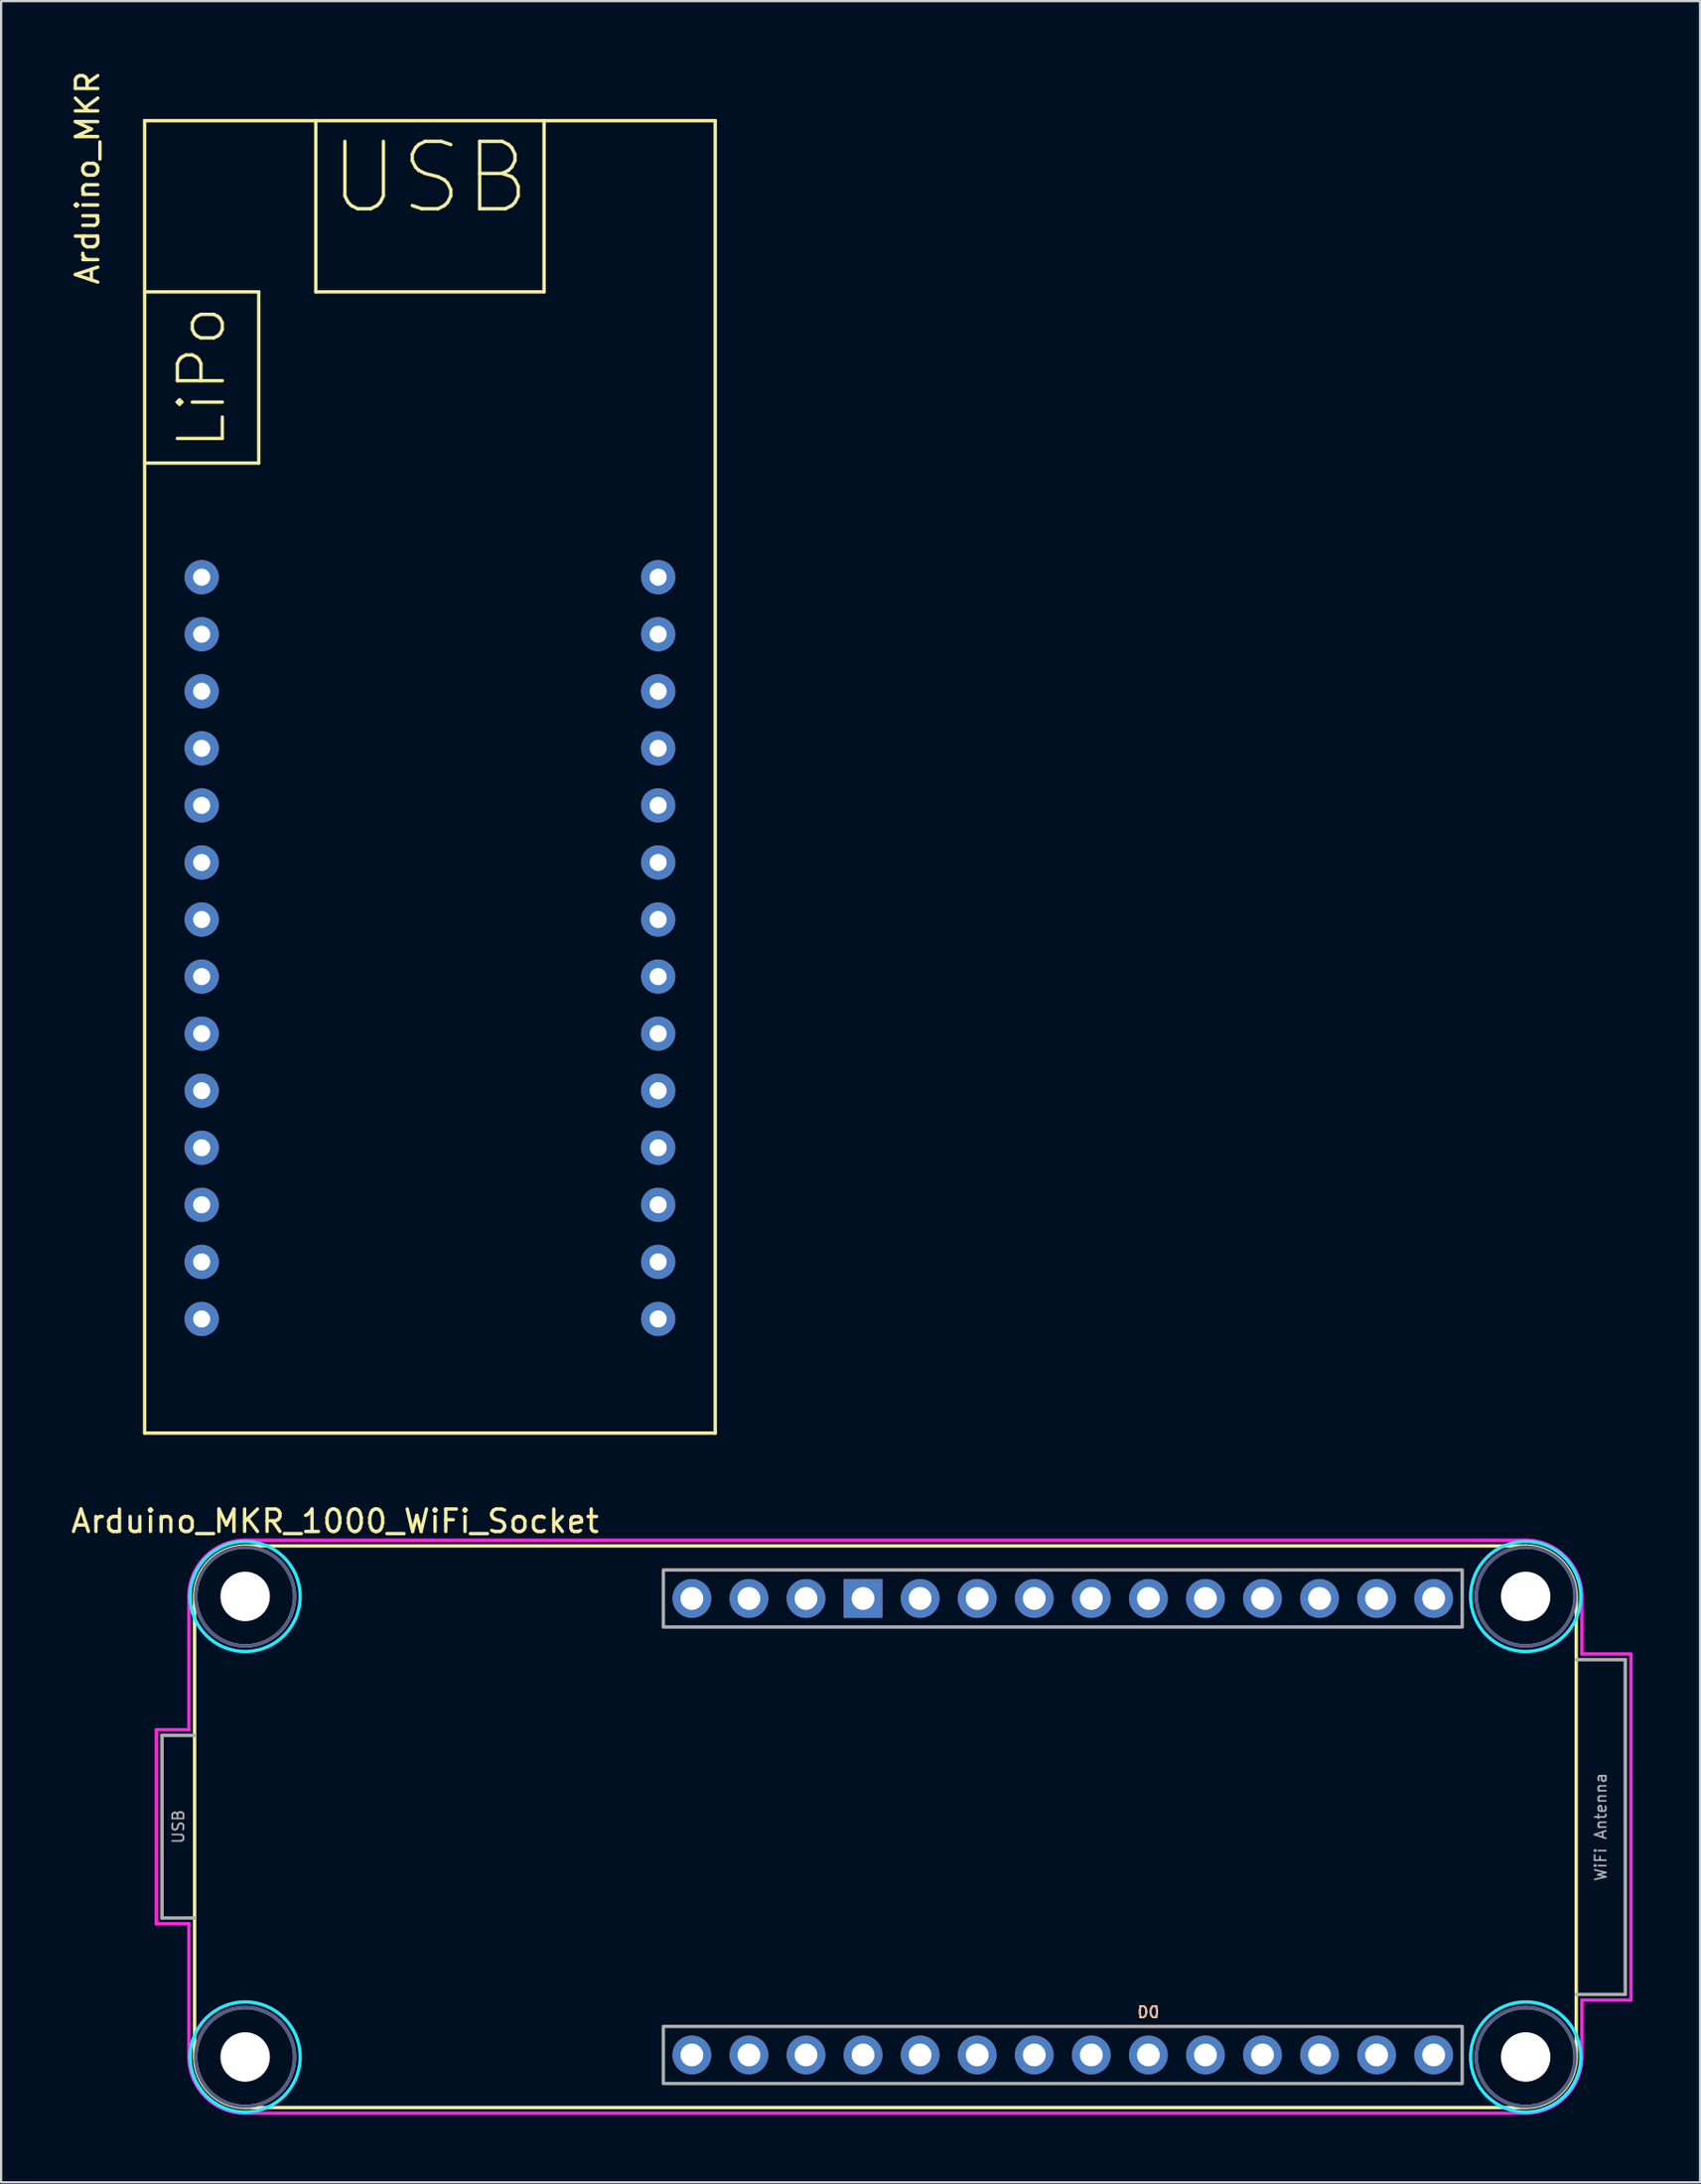
<source format=kicad_pcb>
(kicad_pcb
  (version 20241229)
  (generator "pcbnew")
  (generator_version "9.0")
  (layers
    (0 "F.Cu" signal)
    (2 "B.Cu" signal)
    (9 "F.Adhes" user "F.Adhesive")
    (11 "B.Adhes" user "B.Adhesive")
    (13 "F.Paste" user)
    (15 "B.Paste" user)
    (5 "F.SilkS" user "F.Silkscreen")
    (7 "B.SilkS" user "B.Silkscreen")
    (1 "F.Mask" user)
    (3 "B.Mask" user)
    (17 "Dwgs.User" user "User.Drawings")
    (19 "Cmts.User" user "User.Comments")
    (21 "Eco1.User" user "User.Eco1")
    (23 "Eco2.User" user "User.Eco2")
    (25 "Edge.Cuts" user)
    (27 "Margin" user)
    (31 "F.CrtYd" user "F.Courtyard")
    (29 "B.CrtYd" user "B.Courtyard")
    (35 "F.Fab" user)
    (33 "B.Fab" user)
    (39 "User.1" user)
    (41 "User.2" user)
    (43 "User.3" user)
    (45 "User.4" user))
  (footprint "Arduino_MKR"
    (layer "F.Cu")
    (at 5.928 22.643)
    (property "Reference" "Arduino_MKR" (at -5.08 -17.78 90) (layer "F.SilkS") (effects (font (size 1 1) (thickness 0.15))))
    (attr through_hole)
    (fp_line (start -2.54 -20.32) (end -2.54 38.1) (stroke (width 0.15) (type solid)) (layer "F.SilkS"))
    (fp_line (start -2.54 -12.7) (end 2.54 -12.7) (stroke (width 0.15) (type solid)) (layer "F.SilkS"))
    (fp_line (start -2.54 38.1) (end 22.86 38.1) (stroke (width 0.15) (type solid)) (layer "F.SilkS"))
    (fp_line (start 2.54 -12.7) (end 2.54 -5.08) (stroke (width 0.15) (type solid)) (layer "F.SilkS"))
    (fp_line (start 2.54 -5.08) (end -2.54 -5.08) (stroke (width 0.15) (type solid)) (layer "F.SilkS"))
    (fp_line (start 5.08 -20.32) (end 5.08 -12.7) (stroke (width 0.15) (type solid)) (layer "F.SilkS"))
    (fp_line (start 5.08 -12.7) (end 15.24 -12.7) (stroke (width 0.15) (type solid)) (layer "F.SilkS"))
    (fp_line (start 15.24 -12.7) (end 15.24 -20.32) (stroke (width 0.15) (type solid)) (layer "F.SilkS"))
    (fp_line (start 22.86 -20.32) (end -2.54 -20.32) (stroke (width 0.15) (type solid)) (layer "F.SilkS"))
    (fp_line (start 22.86 38.1) (end 22.86 -20.32) (stroke (width 0.15) (type solid)) (layer "F.SilkS"))
    (fp_text user "LiPo" (at 0 -8.89 90) (layer "F.SilkS") (effects (font (size 2 2) (thickness 0.15))))
    (fp_text user "USB" (at 10.16 -17.78 0) (layer "F.SilkS") (effects (font (size 3 3) (thickness 0.15))))
    (pad "1" thru_hole circle (at 0 0) (size 1.524 1.524) (drill 0.762) (layers "*.Cu" "*.Mask"))
    (pad "2" thru_hole circle (at 0 2.54) (size 1.524 1.524) (drill 0.762) (layers "*.Cu" "*.Mask"))
    (pad "3" thru_hole circle (at 0 5.08) (size 1.524 1.524) (drill 0.762) (layers "*.Cu" "*.Mask"))
    (pad "4" thru_hole circle (at 0 7.62) (size 1.524 1.524) (drill 0.762) (layers "*.Cu" "*.Mask"))
    (pad "5" thru_hole circle (at 0 10.16) (size 1.524 1.524) (drill 0.762) (layers "*.Cu" "*.Mask"))
    (pad "6" thru_hole circle (at 0 12.7) (size 1.524 1.524) (drill 0.762) (layers "*.Cu" "*.Mask"))
    (pad "7" thru_hole circle (at 0 15.24) (size 1.524 1.524) (drill 0.762) (layers "*.Cu" "*.Mask"))
    (pad "8" thru_hole circle (at 0 17.78) (size 1.524 1.524) (drill 0.762) (layers "*.Cu" "*.Mask"))
    (pad "9" thru_hole circle (at 0 20.32) (size 1.524 1.524) (drill 0.762) (layers "*.Cu" "*.Mask"))
    (pad "10" thru_hole circle (at 0 22.86) (size 1.524 1.524) (drill 0.762) (layers "*.Cu" "*.Mask"))
    (pad "11" thru_hole circle (at 0 25.4) (size 1.524 1.524) (drill 0.762) (layers "*.Cu" "*.Mask"))
    (pad "12" thru_hole circle (at 0 27.94) (size 1.524 1.524) (drill 0.762) (layers "*.Cu" "*.Mask"))
    (pad "13" thru_hole circle (at 0 30.48) (size 1.524 1.524) (drill 0.762) (layers "*.Cu" "*.Mask"))
    (pad "14" thru_hole circle (at 0 33.02) (size 1.524 1.524) (drill 0.762) (layers "*.Cu" "*.Mask"))
    (pad "15" thru_hole circle (at 20.32 33.02) (size 1.524 1.524) (drill 0.762) (layers "*.Cu" "*.Mask"))
    (pad "16" thru_hole circle (at 20.32 30.48) (size 1.524 1.524) (drill 0.762) (layers "*.Cu" "*.Mask"))
    (pad "17" thru_hole circle (at 20.32 27.94) (size 1.524 1.524) (drill 0.762) (layers "*.Cu" "*.Mask"))
    (pad "18" thru_hole circle (at 20.32 25.4) (size 1.524 1.524) (drill 0.762) (layers "*.Cu" "*.Mask"))
    (pad "19" thru_hole circle (at 20.32 22.86) (size 1.524 1.524) (drill 0.762) (layers "*.Cu" "*.Mask"))
    (pad "20" thru_hole circle (at 20.32 20.32) (size 1.524 1.524) (drill 0.762) (layers "*.Cu" "*.Mask"))
    (pad "21" thru_hole circle (at 20.32 17.78) (size 1.524 1.524) (drill 0.762) (layers "*.Cu" "*.Mask"))
    (pad "22" thru_hole circle (at 20.32 15.24) (size 1.524 1.524) (drill 0.762) (layers "*.Cu" "*.Mask"))
    (pad "23" thru_hole circle (at 20.32 12.7) (size 1.524 1.524) (drill 0.762) (layers "*.Cu" "*.Mask"))
    (pad "24" thru_hole circle (at 20.32 10.16) (size 1.524 1.524) (drill 0.762) (layers "*.Cu" "*.Mask"))
    (pad "25" thru_hole circle (at 20.32 7.62) (size 1.524 1.524) (drill 0.762) (layers "*.Cu" "*.Mask"))
    (pad "26" thru_hole circle (at 20.32 5.08) (size 1.524 1.524) (drill 0.762) (layers "*.Cu" "*.Mask"))
    (pad "27" thru_hole circle (at 20.32 2.54) (size 1.524 1.524) (drill 0.762) (layers "*.Cu" "*.Mask"))
    (pad "28" thru_hole circle (at 20.32 0) (size 1.524 1.524) (drill 0.762) (layers "*.Cu" "*.Mask")))
  (footprint "Arduino_MKR_1000_WiFi_Socket"
    (layer "F.Cu")
    (at 7.863 68.016)
    (property "Reference" "Arduino_MKR_1000_WiFi_Socket" (at 4 -3.35 0) (unlocked yes) (layer "F.SilkS") (effects (font (size 1 1) (thickness 0.15))))
    (attr through_hole)
    (fp_line (start -2.25 20.5) (end -2.25 0) (stroke (width 0.15) (type solid)) (layer "F.SilkS"))
    (fp_line (start 0 -2.25) (end 57 -2.25) (stroke (width 0.15) (type solid)) (layer "F.SilkS"))
    (fp_line (start 0 22.75) (end 57 22.75) (stroke (width 0.15) (type solid)) (layer "F.SilkS"))
    (fp_line (start 59.25 20.5) (end 59.25 0) (stroke (width 0.15) (type solid)) (layer "F.SilkS"))
    (fp_arc (start -2.25 0) (mid -1.59099 -1.59099) (end 0 -2.25) (stroke (width 0.15) (type solid)) (layer "F.SilkS"))
    (fp_arc (start 0 22.75) (mid -1.59099 22.09099) (end -2.25 20.5) (stroke (width 0.15) (type solid)) (layer "F.SilkS"))
    (fp_arc (start 57 -2.25) (mid 58.59099 -1.59099) (end 59.25 0) (stroke (width 0.15) (type solid)) (layer "F.SilkS"))
    (fp_arc (start 59.25 20.5) (mid 58.59099 22.09099) (end 57 22.75) (stroke (width 0.15) (type solid)) (layer "F.SilkS"))
    (fp_circle (center 0 0) (end 2.45 0) (stroke (width 0.15) (type solid)) (fill no) (layer "B.CrtYd"))
    (fp_circle (center 0 20.5) (end 2.45 20.5) (stroke (width 0.15) (type solid)) (fill no) (layer "B.CrtYd"))
    (fp_circle (center 57 0) (end 59.45 0) (stroke (width 0.15) (type solid)) (fill no) (layer "B.CrtYd"))
    (fp_circle (center 57 20.5) (end 59.45 20.5) (stroke (width 0.15) (type solid)) (fill no) (layer "B.CrtYd"))
    (fp_line (start -3.954 5.932) (end -2.504 5.932) (stroke (width 0.15) (type solid)) (layer "F.CrtYd"))
    (fp_line (start -3.954 14.568) (end -3.954 5.932) (stroke (width 0.15) (type solid)) (layer "F.CrtYd"))
    (fp_line (start -2.504 5.932) (end -2.504 0) (stroke (width 0.15) (type solid)) (layer "F.CrtYd"))
    (fp_line (start -2.504 14.568) (end -3.954 14.568) (stroke (width 0.15) (type solid)) (layer "F.CrtYd"))
    (fp_line (start -2.504 20.5) (end -2.504 14.568) (stroke (width 0.15) (type solid)) (layer "F.CrtYd"))
    (fp_line (start 0 -2.504) (end 57 -2.504) (stroke (width 0.15) (type solid)) (layer "F.CrtYd"))
    (fp_line (start 57 23.004) (end 0 23.004) (stroke (width 0.15) (type solid)) (layer "F.CrtYd"))
    (fp_line (start 59.504 0) (end 59.504 2.56) (stroke (width 0.15) (type solid)) (layer "F.CrtYd"))
    (fp_line (start 59.504 2.56) (end 61.687 2.56) (stroke (width 0.15) (type solid)) (layer "F.CrtYd"))
    (fp_line (start 59.504 17.968) (end 59.504 20.5) (stroke (width 0.15) (type solid)) (layer "F.CrtYd"))
    (fp_line (start 61.687 2.56) (end 61.687 17.968) (stroke (width 0.15) (type solid)) (layer "F.CrtYd"))
    (fp_line (start 61.687 17.968) (end 59.504 17.968) (stroke (width 0.15) (type solid)) (layer "F.CrtYd"))
    (fp_arc (start -2.504 0) (mid -1.770595 -1.770595) (end 0 -2.504) (stroke (width 0.15) (type solid)) (layer "F.CrtYd"))
    (fp_arc (start 0 23.004) (mid -1.770595 22.270595) (end -2.504 20.5) (stroke (width 0.15) (type solid)) (layer "F.CrtYd"))
    (fp_arc (start 57 -2.504) (mid 58.770595 -1.770595) (end 59.504 0) (stroke (width 0.15) (type solid)) (layer "F.CrtYd"))
    (fp_arc (start 59.504 20.5) (mid 58.770595 22.270595) (end 57 23.004) (stroke (width 0.15) (type solid)) (layer "F.CrtYd"))
    (fp_circle (center 0 0) (end 2.2 0) (stroke (width 0.15) (type solid)) (fill no) (layer "B.Fab"))
    (fp_circle (center 0 20.5) (end 2.2 20.5) (stroke (width 0.15) (type solid)) (fill no) (layer "B.Fab"))
    (fp_circle (center 57 0) (end 59.2 0) (stroke (width 0.15) (type solid)) (fill no) (layer "B.Fab"))
    (fp_circle (center 57 20.5) (end 59.2 20.5) (stroke (width 0.15) (type solid)) (fill no) (layer "B.Fab"))
    (fp_line (start -3.7 6.186) (end -3.7 14.314) (stroke (width 0.15) (type solid)) (layer "F.Fab"))
    (fp_line (start -3.7 14.314) (end -2.25 14.314) (stroke (width 0.15) (type solid)) (layer "F.Fab"))
    (fp_line (start -2.25 6.186) (end -3.7 6.186) (stroke (width 0.15) (type solid)) (layer "F.Fab"))
    (fp_line (start 59.25 2.814) (end 61.433 2.814) (stroke (width 0.15) (type solid)) (layer "F.Fab"))
    (fp_line (start 61.433 2.814) (end 61.433 17.714) (stroke (width 0.15) (type solid)) (layer "F.Fab"))
    (fp_line (start 61.433 17.714) (end 59.25 17.714) (stroke (width 0.15) (type solid)) (layer "F.Fab"))
    (fp_rect (start 18.615 -1.18) (end 54.175 1.36) (stroke (width 0.15) (type solid)) (fill no) (layer "F.Fab"))
    (fp_rect (start 18.615 19.14) (end 54.175 21.68) (stroke (width 0.15) (type solid)) (fill no) (layer "F.Fab"))
    (fp_circle (center 0 0) (end 2.2 0) (stroke (width 0.15) (type solid)) (fill no) (layer "F.Fab"))
    (fp_circle (center 0 20.5) (end 2.2 20.5) (stroke (width 0.15) (type solid)) (fill no) (layer "F.Fab"))
    (fp_circle (center 57 0) (end 59.2 0) (stroke (width 0.15) (type solid)) (fill no) (layer "F.Fab"))
    (fp_circle (center 57 20.5) (end 59.2 20.5) (stroke (width 0.15) (type solid)) (fill no) (layer "F.Fab"))
    (fp_text user "D0" (at 40.205 18.505 0) (unlocked yes) (layer "F.SilkS") (effects (font (size 0.5 0.5) (thickness 0.075))))
    (fp_text user "D0" (at 40.205 18.505 0) (unlocked yes) (layer "B.SilkS") (effects (font (size 0.5 0.5) (thickness 0.075)) (justify mirror)))
    (fp_text user "USB" (at -2.975 10.25 270) (layer "F.Fab") (effects (font (size 0.5 0.5) (thickness 0.075))))
    (fp_text user "WiFi Antenna" (at 60.342 10.264 270) (layer "F.Fab") (effects (font (size 0.5 0.5) (thickness 0.075))))
    (pad "" np_thru_hole circle (at 0 0) (size 2.2 2.2) (drill 2.2) (layers "*.Cu" "*.Mask"))
    (pad "" np_thru_hole circle (at 0 20.5) (size 2.2 2.2) (drill 2.2) (layers "*.Cu" "*.Mask"))
    (pad "" np_thru_hole circle (at 57 0) (size 2.2 2.2) (drill 2.2) (layers "*.Cu" "*.Mask"))
    (pad "" np_thru_hole circle (at 57 20.5) (size 2.2 2.2) (drill 2.2) (layers "*.Cu" "*.Mask"))
    (pad "3V3" thru_hole circle (at 24.965 0.09) (size 1.727 1.727) (drill 1.016) (layers "*.Cu" "*.Mask"))
    (pad "5V" thru_hole circle (at 19.885 0.09) (size 1.727 1.727) (drill 1.016) (layers "*.Cu" "*.Mask"))
    (pad "A0" thru_hole circle (at 22.425 20.41) (size 1.727 1.727) (drill 1.016) (layers "*.Cu" "*.Mask"))
    (pad "A1" thru_hole circle (at 24.965 20.41) (size 1.727 1.727) (drill 1.016) (layers "*.Cu" "*.Mask"))
    (pad "A2" thru_hole circle (at 27.505 20.41) (size 1.727 1.727) (drill 1.016) (layers "*.Cu" "*.Mask"))
    (pad "A3" thru_hole circle (at 30.045 20.41) (size 1.727 1.727) (drill 1.016) (layers "*.Cu" "*.Mask"))
    (pad "A4" thru_hole circle (at 32.585 20.41) (size 1.727 1.727) (drill 1.016) (layers "*.Cu" "*.Mask"))
    (pad "A5" thru_hole circle (at 35.125 20.41) (size 1.727 1.727) (drill 1.016) (layers "*.Cu" "*.Mask"))
    (pad "A6" thru_hole circle (at 37.665 20.41) (size 1.727 1.727) (drill 1.016) (layers "*.Cu" "*.Mask"))
    (pad "AREF" thru_hole circle (at 19.885 20.41) (size 1.727 1.727) (drill 1.016) (layers "*.Cu" "*.Mask"))
    (pad "D0" thru_hole circle (at 40.205 20.41) (size 1.727 1.727) (drill 1.016) (layers "*.Cu" "*.Mask"))
    (pad "D1" thru_hole circle (at 42.745 20.41) (size 1.727 1.727) (drill 1.016) (layers "*.Cu" "*.Mask"))
    (pad "D2" thru_hole circle (at 45.285 20.41) (size 1.727 1.727) (drill 1.016) (layers "*.Cu" "*.Mask"))
    (pad "D3" thru_hole circle (at 47.825 20.41) (size 1.727 1.727) (drill 1.016) (layers "*.Cu" "*.Mask"))
    (pad "D4" thru_hole circle (at 50.365 20.41) (size 1.727 1.727) (drill 1.016) (layers "*.Cu" "*.Mask"))
    (pad "D5" thru_hole circle (at 52.905 20.41) (size 1.727 1.727) (drill 1.016) (layers "*.Cu" "*.Mask"))
    (pad "D6" thru_hole circle (at 52.905 0.09) (size 1.727 1.727) (drill 1.016) (layers "*.Cu" "*.Mask"))
    (pad "D7" thru_hole circle (at 50.365 0.09) (size 1.727 1.727) (drill 1.016) (layers "*.Cu" "*.Mask"))
    (pad "D8" thru_hole circle (at 47.825 0.09) (size 1.727 1.727) (drill 1.016) (layers "*.Cu" "*.Mask"))
    (pad "D9" thru_hole circle (at 45.285 0.09) (size 1.727 1.727) (drill 1.016) (layers "*.Cu" "*.Mask"))
    (pad "D10" thru_hole circle (at 42.745 0.09) (size 1.727 1.727) (drill 1.016) (layers "*.Cu" "*.Mask"))
    (pad "D11" thru_hole circle (at 40.205 0.09) (size 1.727 1.727) (drill 1.016) (layers "*.Cu" "*.Mask"))
    (pad "D12" thru_hole circle (at 37.665 0.09) (size 1.727 1.727) (drill 1.016) (layers "*.Cu" "*.Mask"))
    (pad "D13" thru_hole circle (at 35.125 0.09) (size 1.727 1.727) (drill 1.016) (layers "*.Cu" "*.Mask"))
    (pad "D14" thru_hole circle (at 32.585 0.09) (size 1.727 1.727) (drill 1.016) (layers "*.Cu" "*.Mask"))
    (pad "GND" thru_hole rect (at 27.505 0.09) (size 1.727 1.727) (drill 1.016) (layers "*.Cu" "*.Mask"))
    (pad "RST" thru_hole circle (at 30.045 0.09) (size 1.727 1.727) (drill 1.016) (layers "*.Cu" "*.Mask"))
    (pad "VIN" thru_hole circle (at 22.425 0.09) (size 1.727 1.727) (drill 1.016) (layers "*.Cu" "*.Mask")))
  (gr_rect
    (start -3 -3)
    (end 72.625 94.095)
    (stroke (width 0.1) (type default))
    (fill no)
    (layer "Edge.Cuts")))
</source>
